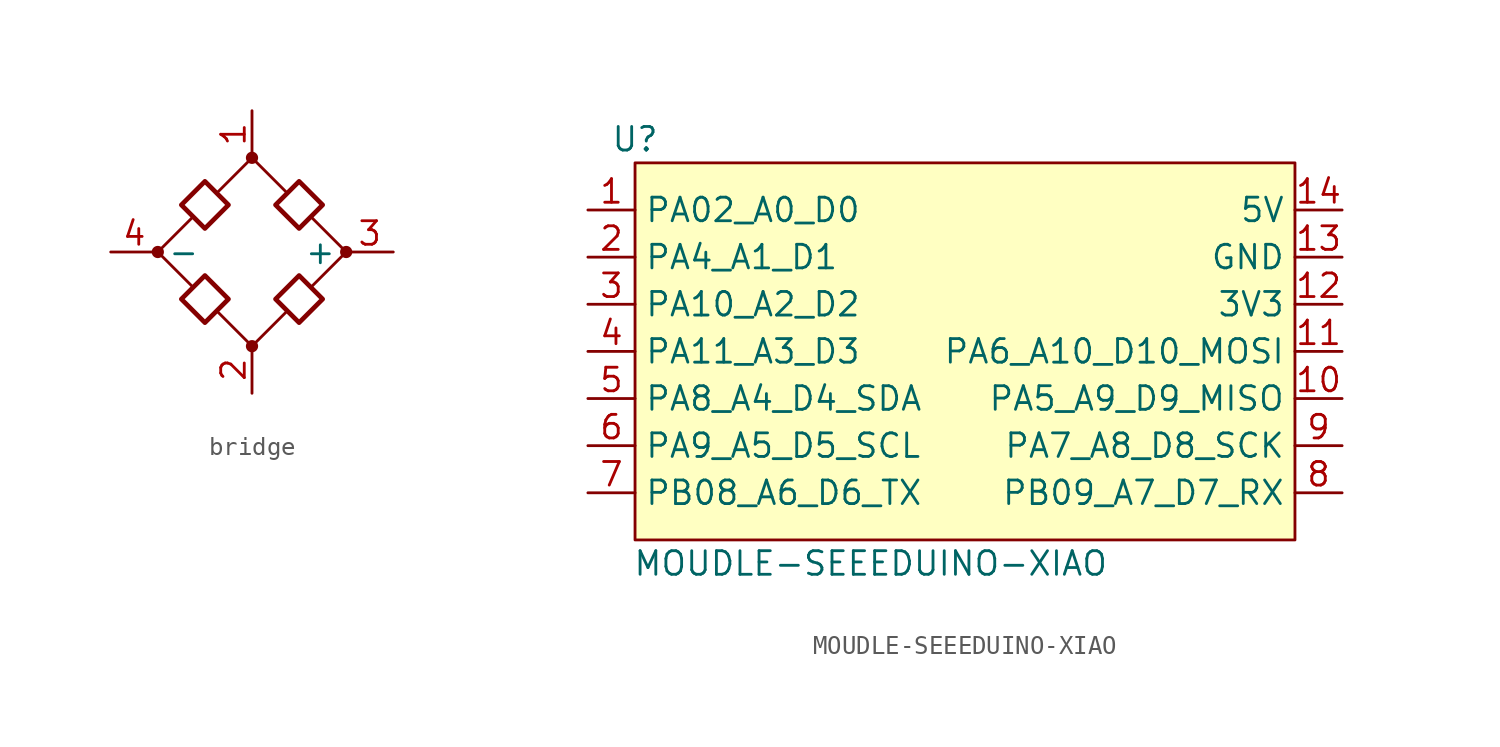
<source format=kicad_sym>
(kicad_symbol_lib
  (version 20220914)
  (generator kicad_symbol_editor)
  (symbol "bridge"
    (property "Reference" "U"
      (at 2.54 2.54 0)
      (effects (font (size 1.27 1.27)) hide))
    (property "Value" ""
      (at 0 0 0)
      (effects (font (size 1.27 1.27))))
    (symbol "bridge_0_1"
      (circle (center -5.08 -2.54) (radius 0.254) (stroke (width 0) (type default)) (fill (type outline)))
      (circle (center 0 -7.62) (radius 0.254) (stroke (width 0) (type default)) (fill (type outline)))
      (polyline (pts (xy -2.54 -3.81) (xy -3.81 -5.08) (xy -2.54 -6.35) (xy -1.27 -5.08) (xy -2.54 -3.81)) (stroke (width 0.254) (type default)) (fill (type none)))
      (polyline (pts (xy 1.27 0) (xy 2.54 1.27) (xy 3.81 0) (xy 2.54 -1.27) (xy 1.27 0)) (stroke (width 0.254) (type default)) (fill (type none)))
      (polyline (pts (xy 3.81 -5.08) (xy 2.54 -3.81) (xy 1.27 -5.08) (xy 2.54 -6.35) (xy 3.81 -5.08)) (stroke (width 0.254) (type default)) (fill (type none)))
      (circle (center 0 2.54) (radius 0.254) (stroke (width 0) (type default)) (fill (type outline)))
      (circle (center 5.08 -2.54) (radius 0.254) (stroke (width 0) (type default)) (fill (type outline))))
    (symbol "bridge_1_1"
      (polyline (pts (xy -3.175 -4.445) (xy -5.08 -2.54) (xy -3.175 -0.635)) (stroke (width 0) (type default)) (fill (type none)))
      (polyline (pts (xy -1.905 0.635) (xy 0 2.54) (xy 1.905 0.635)) (stroke (width 0) (type default)) (fill (type none)))
      (polyline (pts (xy 1.905 -5.715) (xy 0 -7.62) (xy -1.905 -5.715)) (stroke (width 0) (type default)) (fill (type none)))
      (polyline (pts (xy 3.175 -0.635) (xy 5.08 -2.54) (xy 3.175 -4.445)) (stroke (width 0) (type default)) (fill (type none)))
      (polyline (pts (xy -3.81 0) (xy -2.54 -1.27) (xy -1.27 0) (xy -2.54 1.27) (xy -3.81 0)) (stroke (width 0.254) (type default)) (fill (type none)))
      (pin passive line (at 0 5.08 270) (length 2.54) (name "~" (effects (font (size 1.27 1.27)))) (number "1" (effects (font (size 1.27 1.27)))))
      (pin passive line (at 0 -10.16 90) (length 2.54) (name "~" (effects (font (size 1.27 1.27)))) (number "2" (effects (font (size 1.27 1.27)))))
      (pin passive line (at 7.62 -2.54 180) (length 2.54) (name "+" (effects (font (size 1.27 1.27)))) (number "3" (effects (font (size 1.27 1.27)))))
      (pin passive line (at -7.62 -2.54 0) (length 2.54) (name "-" (effects (font (size 1.27 1.27)))) (number "4" (effects (font (size 1.27 1.27)))))))
  (symbol "MOUDLE-SEEEDUINO-XIAO"
    (property "Reference" "U"
      (at -16.51 11.43 0)
      (effects (font (size 1.27 1.27))))
    (property "Value" "MOUDLE-SEEEDUINO-XIAO"
      (at -3.81 -11.43 0)
      (effects (font (size 1.27 1.27))))
    (symbol "MOUDLE-SEEEDUINO-XIAO_1_1"
      (rectangle (start -16.51 10.16) (end 19.05 -10.16) (stroke (width 0) (type default)) (fill (type background)))
      (pin passive line (at -19.05 7.62 0) (length 2.54) (name "PA02_A0_D0" (effects (font (size 1.27 1.27)))) (number "1" (effects (font (size 1.27 1.27)))))
      (pin passive line (at 21.59 -2.54 180) (length 2.54) (name "PA5_A9_D9_MISO" (effects (font (size 1.27 1.27)))) (number "10" (effects (font (size 1.27 1.27)))))
      (pin passive line (at 21.59 0 180) (length 2.54) (name "PA6_A10_D10_MOSI" (effects (font (size 1.27 1.27)))) (number "11" (effects (font (size 1.27 1.27)))))
      (pin passive line (at 21.59 2.54 180) (length 2.54) (name "3V3" (effects (font (size 1.27 1.27)))) (number "12" (effects (font (size 1.27 1.27)))))
      (pin passive line (at 21.59 5.08 180) (length 2.54) (name "GND" (effects (font (size 1.27 1.27)))) (number "13" (effects (font (size 1.27 1.27)))))
      (pin passive line (at 21.59 7.62 180) (length 2.54) (name "5V" (effects (font (size 1.27 1.27)))) (number "14" (effects (font (size 1.27 1.27)))))
      (pin passive line (at -19.05 5.08 0) (length 2.54) (name "PA4_A1_D1" (effects (font (size 1.27 1.27)))) (number "2" (effects (font (size 1.27 1.27)))))
      (pin passive line (at -19.05 2.54 0) (length 2.54) (name "PA10_A2_D2" (effects (font (size 1.27 1.27)))) (number "3" (effects (font (size 1.27 1.27)))))
      (pin passive line (at -19.05 0 0) (length 2.54) (name "PA11_A3_D3" (effects (font (size 1.27 1.27)))) (number "4" (effects (font (size 1.27 1.27)))))
      (pin passive line (at -19.05 -2.54 0) (length 2.54) (name "PA8_A4_D4_SDA" (effects (font (size 1.27 1.27)))) (number "5" (effects (font (size 1.27 1.27)))))
      (pin passive line (at -19.05 -5.08 0) (length 2.54) (name "PA9_A5_D5_SCL" (effects (font (size 1.27 1.27)))) (number "6" (effects (font (size 1.27 1.27)))))
      (pin passive line (at -19.05 -7.62 0) (length 2.54) (name "PB08_A6_D6_TX" (effects (font (size 1.27 1.27)))) (number "7" (effects (font (size 1.27 1.27)))))
      (pin passive line (at 21.59 -7.62 180) (length 2.54) (name "PB09_A7_D7_RX" (effects (font (size 1.27 1.27)))) (number "8" (effects (font (size 1.27 1.27)))))
      (pin passive line (at 21.59 -5.08 180) (length 2.54) (name "PA7_A8_D8_SCK" (effects (font (size 1.27 1.27)))) (number "9" (effects (font (size 1.27 1.27))))))))
</source>
